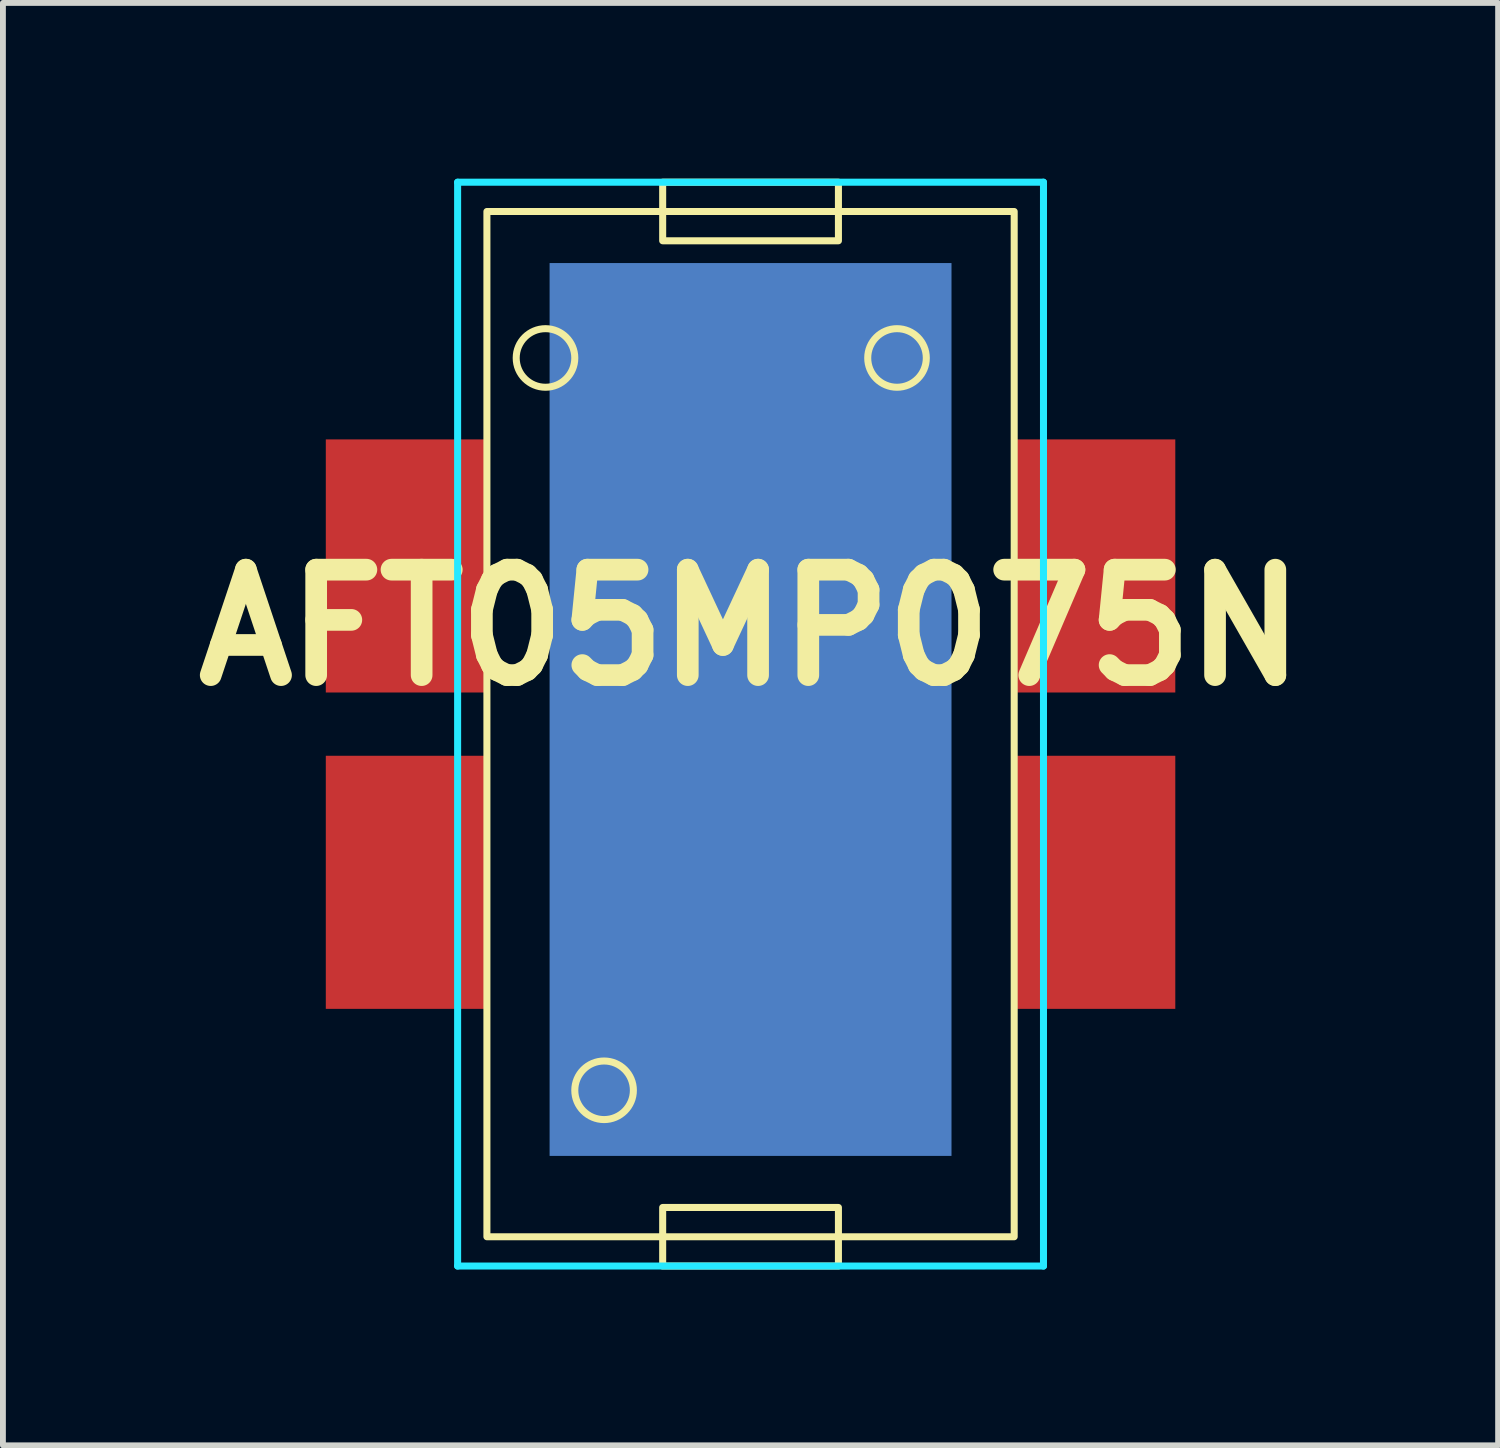
<source format=kicad_pcb>
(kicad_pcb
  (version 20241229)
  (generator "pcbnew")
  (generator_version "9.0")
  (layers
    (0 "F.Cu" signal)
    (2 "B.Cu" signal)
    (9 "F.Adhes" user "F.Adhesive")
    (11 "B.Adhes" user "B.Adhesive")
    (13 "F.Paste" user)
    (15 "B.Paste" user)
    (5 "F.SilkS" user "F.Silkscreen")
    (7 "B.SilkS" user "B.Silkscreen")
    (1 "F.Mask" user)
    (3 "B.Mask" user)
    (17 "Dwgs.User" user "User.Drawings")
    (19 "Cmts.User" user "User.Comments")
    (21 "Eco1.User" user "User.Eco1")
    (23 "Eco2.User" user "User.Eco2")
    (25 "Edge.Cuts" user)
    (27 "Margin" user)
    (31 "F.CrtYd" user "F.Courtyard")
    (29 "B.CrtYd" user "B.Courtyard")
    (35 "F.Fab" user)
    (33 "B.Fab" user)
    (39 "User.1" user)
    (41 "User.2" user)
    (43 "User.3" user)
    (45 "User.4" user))
  (footprint "AFT05MP075N"
    (layer "F.Cu")
    (at 9.761 8.56)
    (property "Reference" "AFT05MP075N" (at 0 -0.9 0) (unlocked yes) (layer "F.SilkS") (effects (font (size 1.8 1.8) (thickness 0.37))))
    (attr smd)
    (fp_rect (start -4.5 9.5) (end 4.5 -8) (stroke (width 0.12) (type solid)) (fill no) (layer "F.SilkS"))
    (fp_rect (start -1.5 -7.5) (end 1.5 -8.5) (stroke (width 0.12) (type solid)) (fill no) (layer "F.SilkS"))
    (fp_rect (start -1.5 10) (end 1.5 9) (stroke (width 0.12) (type solid)) (fill no) (layer "F.SilkS"))
    (fp_circle (center -3.5 -5.5) (end -3 -5.5) (stroke (width 0.12) (type solid)) (fill no) (layer "F.SilkS"))
    (fp_circle (center -2.5 7) (end -2 7) (stroke (width 0.12) (type solid)) (fill no) (layer "F.SilkS"))
    (fp_circle (center 2.5 -5.5) (end 3 -5.5) (stroke (width 0.12) (type solid)) (fill no) (layer "F.SilkS"))
    (fp_line (start -0.15 0.75) (end 0.15 0.75) (stroke (width 0.05) (type solid)) (layer "Eco2.User"))
    (fp_line (start 0 0.5) (end 0 1) (stroke (width 0.05) (type solid)) (layer "Eco2.User"))
    (fp_line (start -5 10) (end -5 -8.5) (stroke (width 0.12) (type solid)) (layer "B.CrtYd"))
    (fp_line (start 5 10) (end -5 10) (stroke (width 0.12) (type solid)) (layer "B.CrtYd"))
    (fp_rect (start -5 -8.5) (end 5 -8.5) (stroke (width 0.12) (type solid)) (fill no) (layer "B.CrtYd"))
    (fp_rect (start 5 -8.5) (end 5 10) (stroke (width 0.12) (type solid)) (fill no) (layer "B.CrtYd"))
    (pad "1" smd rect (at 5.9 3.45) (size 2.7 4.32) (layers "F.Cu" "F.Mask" "F.Paste"))
    (pad "2" smd rect (at 5.9 -1.95) (size 2.7 4.32) (layers "F.Cu" "F.Mask" "F.Paste"))
    (pad "3" smd rect (at -5.9 -1.95) (size 2.7 4.32) (layers "F.Cu" "F.Mask" "F.Paste"))
    (pad "4" smd rect (at -5.9 3.45) (size 2.7 4.32) (layers "F.Cu" "F.Mask" "F.Paste"))
    (pad "5" smd rect (at 0 0.5) (size 6.86 15.24) (layers "B.Cu" "B.Mask" "B.Paste")))
  (gr_rect
    (start -3 -3)
    (end 22.521 21.62)
    (stroke (width 0.1) (type default))
    (fill no)
    (layer "Edge.Cuts")))
</source>
